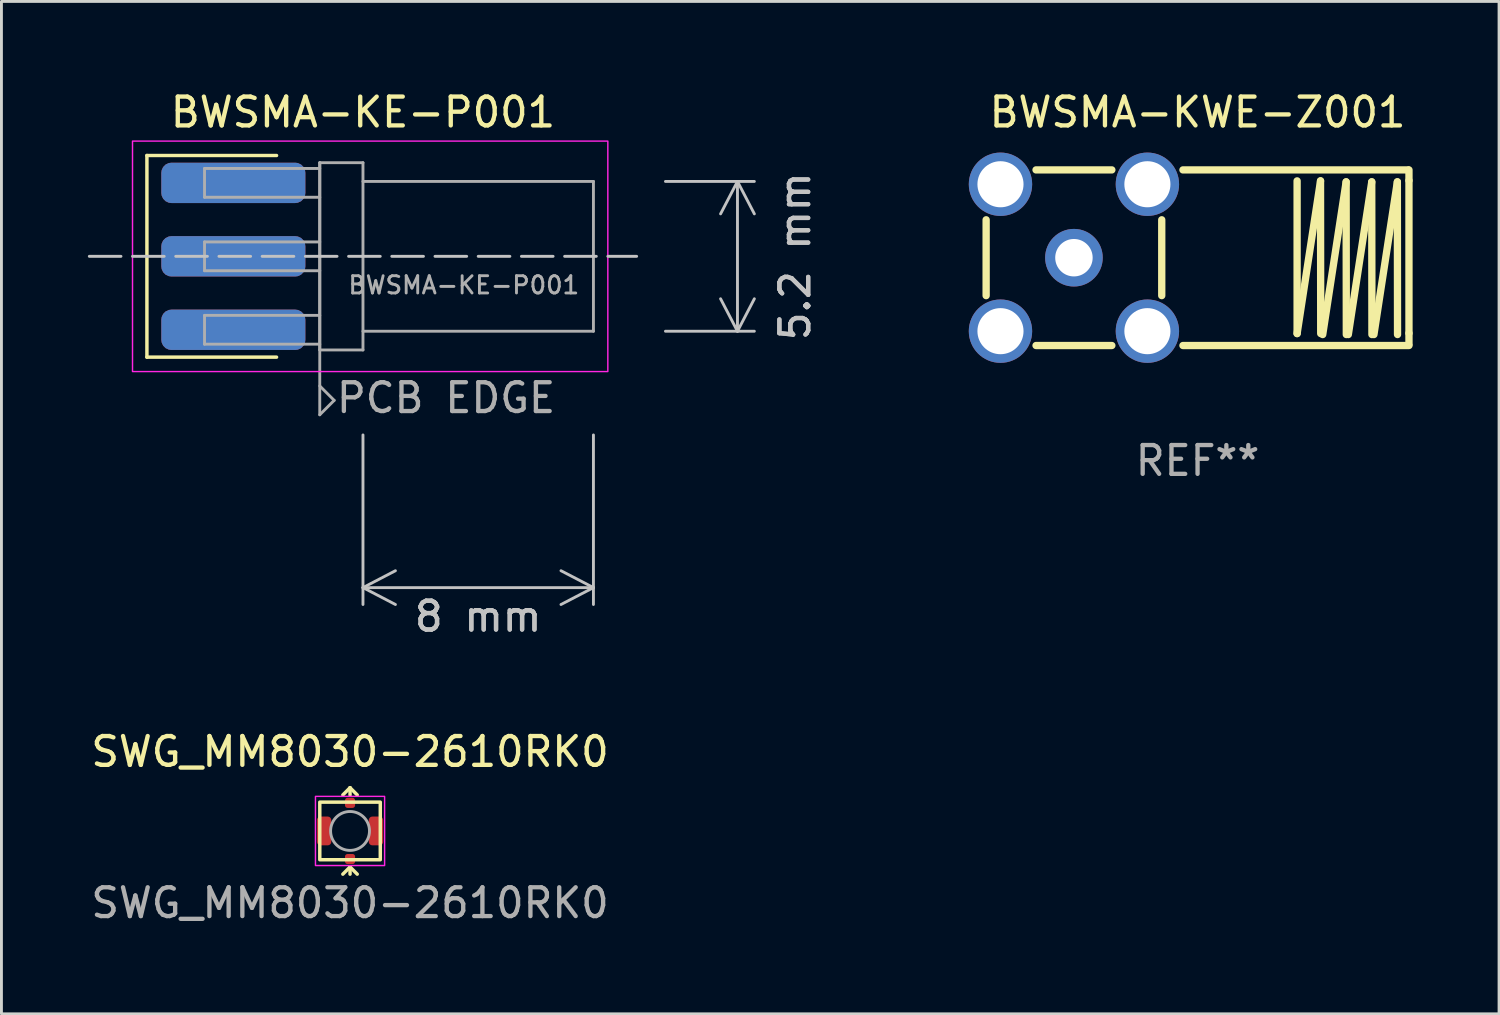
<source format=kicad_pcb>
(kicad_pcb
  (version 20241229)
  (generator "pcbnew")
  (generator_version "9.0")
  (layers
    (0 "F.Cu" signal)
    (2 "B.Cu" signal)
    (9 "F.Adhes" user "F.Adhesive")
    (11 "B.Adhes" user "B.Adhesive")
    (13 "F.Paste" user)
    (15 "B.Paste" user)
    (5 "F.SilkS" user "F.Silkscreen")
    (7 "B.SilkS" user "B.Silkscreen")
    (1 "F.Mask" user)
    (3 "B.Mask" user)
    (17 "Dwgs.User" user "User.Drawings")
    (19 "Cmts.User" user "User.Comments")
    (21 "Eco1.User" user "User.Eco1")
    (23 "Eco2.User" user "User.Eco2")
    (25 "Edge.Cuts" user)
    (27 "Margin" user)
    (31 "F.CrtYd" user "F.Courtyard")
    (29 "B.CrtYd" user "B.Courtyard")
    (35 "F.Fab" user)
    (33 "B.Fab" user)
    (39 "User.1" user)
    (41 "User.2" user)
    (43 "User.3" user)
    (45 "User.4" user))
  (footprint "SWG_MM8030-2610RK0"
    (layer "F.Cu")
    (at 9.101 25.795)
    (property "Reference" "SWG_MM8030-2610RK0" (at 0 -2.75 0) (unlocked yes) (layer "F.SilkS") (effects (font (size 1 1) (thickness 0.15))))
    (attr smd)
    (fp_line (start 0 -1.5) (end -0.25 -1.25) (stroke (width 0.12) (type default)) (layer "F.SilkS"))
    (fp_line (start 0 -1.5) (end 0.25 -1.25) (stroke (width 0.12) (type default)) (layer "F.SilkS"))
    (fp_line (start 0 -1.25) (end 0 -1.5) (stroke (width 0.12) (type default)) (layer "F.SilkS"))
    (fp_line (start 0 1.25) (end -0.25 1.5) (stroke (width 0.12) (type default)) (layer "F.SilkS"))
    (fp_line (start 0 1.25) (end 0.25 1.5) (stroke (width 0.12) (type default)) (layer "F.SilkS"))
    (fp_line (start 0 1.5) (end 0 1.25) (stroke (width 0.12) (type default)) (layer "F.SilkS"))
    (fp_rect (start -1.05 -1) (end 1.05 1) (stroke (width 0.12) (type default)) (fill no) (layer "F.SilkS"))
    (fp_rect (start -1.2 -1.2) (end 1.2 1.2) (stroke (width 0.05) (type default)) (fill no) (layer "F.CrtYd"))
    (fp_circle (center 0 0) (end 0.675 0) (stroke (width 0.1) (type default)) (fill no) (layer "F.Fab"))
    (fp_text user "${REFERENCE}" (at 0 2.5 0) (unlocked yes) (layer "F.Fab") (effects (font (size 1 1) (thickness 0.15))))
    (pad "1" smd roundrect (at 0 0.975) (size 0.35 0.35) (layers "F.Cu" "F.Mask" "F.Paste") (roundrect_rratio 0.25))
    (pad "2" smd roundrect (at 0 -0.975) (size 0.35 0.35) (layers "F.Cu" "F.Mask" "F.Paste") (roundrect_rratio 0.25))
    (pad "3" smd roundrect (at -0.9 0) (size 0.5 1) (layers "F.Cu" "F.Mask" "F.Paste") (roundrect_rratio 0.25))
    (pad "3" smd roundrect (at 0.9 0) (size 0.5 1) (layers "F.Cu" "F.Mask" "F.Paste") (roundrect_rratio 0.25)))
  (footprint "BWSMA-KWE-Z001"
    (layer "F.Cu")
    (at 34.23 5.896)
    (property "Reference" "BWSMA-KWE-Z001" (at 4.291 -5.048 0) (layer "F.SilkS") (effects (font (size 1 1) (thickness 0.15))))
    (attr through_hole)
    (fp_line (start -3.048 -1.316) (end -3.048 1.316) (stroke (width 0.254) (type solid)) (layer "F.SilkS"))
    (fp_line (start -1.316 3.048) (end 1.316 3.048) (stroke (width 0.254) (type solid)) (layer "F.SilkS"))
    (fp_line (start 1.316 -3.048) (end -1.316 -3.048) (stroke (width 0.254) (type solid)) (layer "F.SilkS"))
    (fp_line (start 3.048 1.316) (end 3.048 -1.316) (stroke (width 0.254) (type solid)) (layer "F.SilkS"))
    (fp_line (start 3.784 -3.048) (end 11.6 -3.048) (stroke (width 0.254) (type solid)) (layer "F.SilkS"))
    (fp_line (start 3.784 3.048) (end 11.63 3.048) (stroke (width 0.254) (type solid)) (layer "F.SilkS"))
    (fp_line (start 7.747 -2.667) (end 7.747 2.633) (stroke (width 0.254) (type solid)) (layer "F.SilkS"))
    (fp_line (start 7.747 2.633) (end 8.56 -2.667) (stroke (width 0.254) (type solid)) (layer "F.SilkS"))
    (fp_line (start 8.56 -2.667) (end 8.566 2.633) (stroke (width 0.254) (type solid)) (layer "F.SilkS"))
    (fp_line (start 8.636 2.667) (end 9.449 -2.633) (stroke (width 0.254) (type solid)) (layer "F.SilkS"))
    (fp_line (start 9.449 -2.633) (end 9.455 2.667) (stroke (width 0.254) (type solid)) (layer "F.SilkS"))
    (fp_line (start 9.525 2.667) (end 10.338 -2.633) (stroke (width 0.254) (type solid)) (layer "F.SilkS"))
    (fp_line (start 10.338 -2.633) (end 10.344 2.667) (stroke (width 0.254) (type solid)) (layer "F.SilkS"))
    (fp_line (start 10.414 2.667) (end 11.227 -2.633) (stroke (width 0.254) (type solid)) (layer "F.SilkS"))
    (fp_line (start 11.227 -2.633) (end 11.233 2.667) (stroke (width 0.254) (type solid)) (layer "F.SilkS"))
    (fp_line (start 11.63 -2.68) (end 11.63 -3.048) (stroke (width 0.254) (type solid)) (layer "F.SilkS"))
    (fp_line (start 11.63 -2.68) (end 11.63 2.62) (stroke (width 0.254) (type solid)) (layer "F.SilkS"))
    (fp_line (start 11.63 2.62) (end 11.63 3) (stroke (width 0.254) (type solid)) (layer "F.SilkS"))
    (fp_circle (center -3 3.017) (end -2.97 3.017) (stroke (width 0.06) (type solid)) (fill no) (layer "F.SilkS"))
    (fp_text user "REF**" (at 4.291 7.048 0) (layer "F.Fab") (effects (font (size 1 1) (thickness 0.15))))
    (pad "1" thru_hole circle (at -2.55 2.55) (size 2.2 2.2) (drill 1.6) (layers "*.Cu" "*.Mask"))
    (pad "2" thru_hole circle (at -2.55 -2.55) (size 2.2 2.2) (drill 1.6) (layers "*.Cu" "*.Mask"))
    (pad "3" thru_hole circle (at 2.55 -2.55) (size 2.2 2.2) (drill 1.6) (layers "*.Cu" "*.Mask"))
    (pad "4" thru_hole circle (at 2.55 2.55) (size 2.2 2.2) (drill 1.6) (layers "*.Cu" "*.Mask"))
    (pad "5" thru_hole circle (at -0.000127 -0.000127) (size 2 2) (drill 1.3) (layers "*.Cu" "*.Mask")))
  (footprint "BWSMA-KE-P001"
    (layer "F.Cu")
    (at 9.55 5.848)
    (property "Reference" "BWSMA-KE-P001" (at 0 -5 0) (unlocked yes) (layer "F.SilkS") (effects (font (size 1 1) (thickness 0.15))))
    (attr smd)
    (fp_line (start -7.5 -3.5) (end -7.5 3.5) (stroke (width 0.12) (type default)) (layer "F.SilkS"))
    (fp_line (start -7.5 3.5) (end -3 3.5) (stroke (width 0.12) (type default)) (layer "F.SilkS"))
    (fp_line (start -3 -3.5) (end -7.5 -3.5) (stroke (width 0.12) (type default)) (layer "F.SilkS"))
    (fp_line (start -9.5 0) (end 9.5 0) (stroke (width 0.1) (type dash)) (layer "Dwgs.User"))
    (fp_rect (start -8 -4) (end 8.5 4) (stroke (width 0.05) (type default)) (fill no) (layer "F.CrtYd"))
    (fp_line (start -5.5 -3.05) (end -5.5 -2.05) (stroke (width 0.1) (type default)) (layer "F.Fab"))
    (fp_line (start -5.5 -0.5) (end -5.5 0.5) (stroke (width 0.1) (type default)) (layer "F.Fab"))
    (fp_line (start -5.5 2.05) (end -5.5 3.05) (stroke (width 0.1) (type default)) (layer "F.Fab"))
    (fp_line (start -1.5 -3.25) (end -1.5 3.25) (stroke (width 0.1) (type default)) (layer "F.Fab"))
    (fp_line (start -1.5 -3.25) (end -1.5 5.5) (stroke (width 0.1) (type default)) (layer "F.Fab"))
    (fp_line (start -1.5 -3.05) (end -5.5 -3.05) (stroke (width 0.1) (type default)) (layer "F.Fab"))
    (fp_line (start -1.5 -2.05) (end -5.5 -2.05) (stroke (width 0.1) (type default)) (layer "F.Fab"))
    (fp_line (start -1.5 -0.5) (end -5.5 -0.5) (stroke (width 0.1) (type default)) (layer "F.Fab"))
    (fp_line (start -1.5 0.5) (end -5.5 0.5) (stroke (width 0.1) (type default)) (layer "F.Fab"))
    (fp_line (start -1.5 2.05) (end -5.5 2.05) (stroke (width 0.1) (type default)) (layer "F.Fab"))
    (fp_line (start -1.5 3.05) (end -5.5 3.05) (stroke (width 0.1) (type default)) (layer "F.Fab"))
    (fp_line (start -1.5 4.5) (end -1 5) (stroke (width 0.1) (type default)) (layer "F.Fab"))
    (fp_line (start -1 5) (end -1.5 5.5) (stroke (width 0.1) (type default)) (layer "F.Fab"))
    (fp_line (start 0 -3.25) (end -1.5 -3.25) (stroke (width 0.1) (type default)) (layer "F.Fab"))
    (fp_line (start 0 -3.25) (end 0 0) (stroke (width 0.1) (type default)) (layer "F.Fab"))
    (fp_line (start 0 -2.6) (end 8 -2.6) (stroke (width 0.1) (type default)) (layer "F.Fab"))
    (fp_line (start 0 2.6) (end 8 2.6) (stroke (width 0.1) (type default)) (layer "F.Fab"))
    (fp_line (start 0 3.25) (end -1.5 3.25) (stroke (width 0.1) (type default)) (layer "F.Fab"))
    (fp_line (start 0 3.25) (end 0 0) (stroke (width 0.1) (type default)) (layer "F.Fab"))
    (fp_line (start 8 -2.6) (end 8 2.6) (stroke (width 0.1) (type default)) (layer "F.Fab"))
    (fp_text user "${REFERENCE}" (at 3.5 1 0) (unlocked yes) (layer "F.Fab") (effects (font (size 0.6 0.6) (thickness 0.1) (bold yes))))
    (fp_text user "PCB EDGE" (at -1 5.5 0) (unlocked yes) (layer "F.Fab") (effects (font (size 1 1) (thickness 0.15)) (justify left bottom)))
    (dimension (type aligned) (layer "Dwgs.User") (pts (xy 17.55 11.548) (xy 9.55 11.548)) (height -5.8) (format (prefix "") (suffix "") (units 3) (units_format 1) (precision 4) (suppress_zeroes yes)) (style (thickness 0.1) (arrow_length 1.27) (text_position_mode 2) (arrow_direction outward) (extension_height 0.586) (extension_offset 0.5) (keep_text_aligned yes)) (gr_text "8 mm" (at 13.55 18.348 0) (layer "Dwgs.User") (effects (font (size 1 1) (thickness 0.15)))))
    (dimension (type aligned) (layer "Dwgs.User") (pts (xy 19.55 8.448) (xy 19.55 3.248)) (height 3) (format (prefix "") (suffix "") (units 3) (units_format 1) (precision 4) (suppress_zeroes yes)) (style (thickness 0.1) (arrow_length 1.27) (text_position_mode 2) (arrow_direction outward) (extension_height 0.586) (extension_offset 0.5) (keep_text_aligned yes)) (gr_text "5.2 mm" (at 24.55 5.848 90) (layer "Dwgs.User") (effects (font (size 1 1) (thickness 0.15)))))
    (pad "1" smd roundrect (at -4.5 0 90) (size 1.4 5) (layers "F.Cu" "F.Mask" "F.Paste") (roundrect_rratio 0.25))
    (pad "1" smd roundrect (at -4.5 0 90) (size 1.4 5) (layers "B.Cu" "B.Mask" "B.Paste") (roundrect_rratio 0.25))
    (pad "2" smd roundrect (at -4.5 -2.55 90) (size 1.4 5) (layers "F.Cu" "F.Mask" "F.Paste") (roundrect_rratio 0.25))
    (pad "2" smd roundrect (at -4.5 -2.55 90) (size 1.4 5) (layers "B.Cu" "B.Mask" "B.Paste") (roundrect_rratio 0.25))
    (pad "2" smd roundrect (at -4.5 2.55 90) (size 1.4 5) (layers "F.Cu" "F.Mask" "F.Paste") (roundrect_rratio 0.25))
    (pad "2" smd roundrect (at -4.5 2.55 90) (size 1.4 5) (layers "B.Cu" "B.Mask" "B.Paste") (roundrect_rratio 0.25)))
  (gr_rect
    (start -3 -3)
    (end 48.987 32.143)
    (stroke (width 0.1) (type default))
    (fill no)
    (layer "Edge.Cuts")))
</source>
